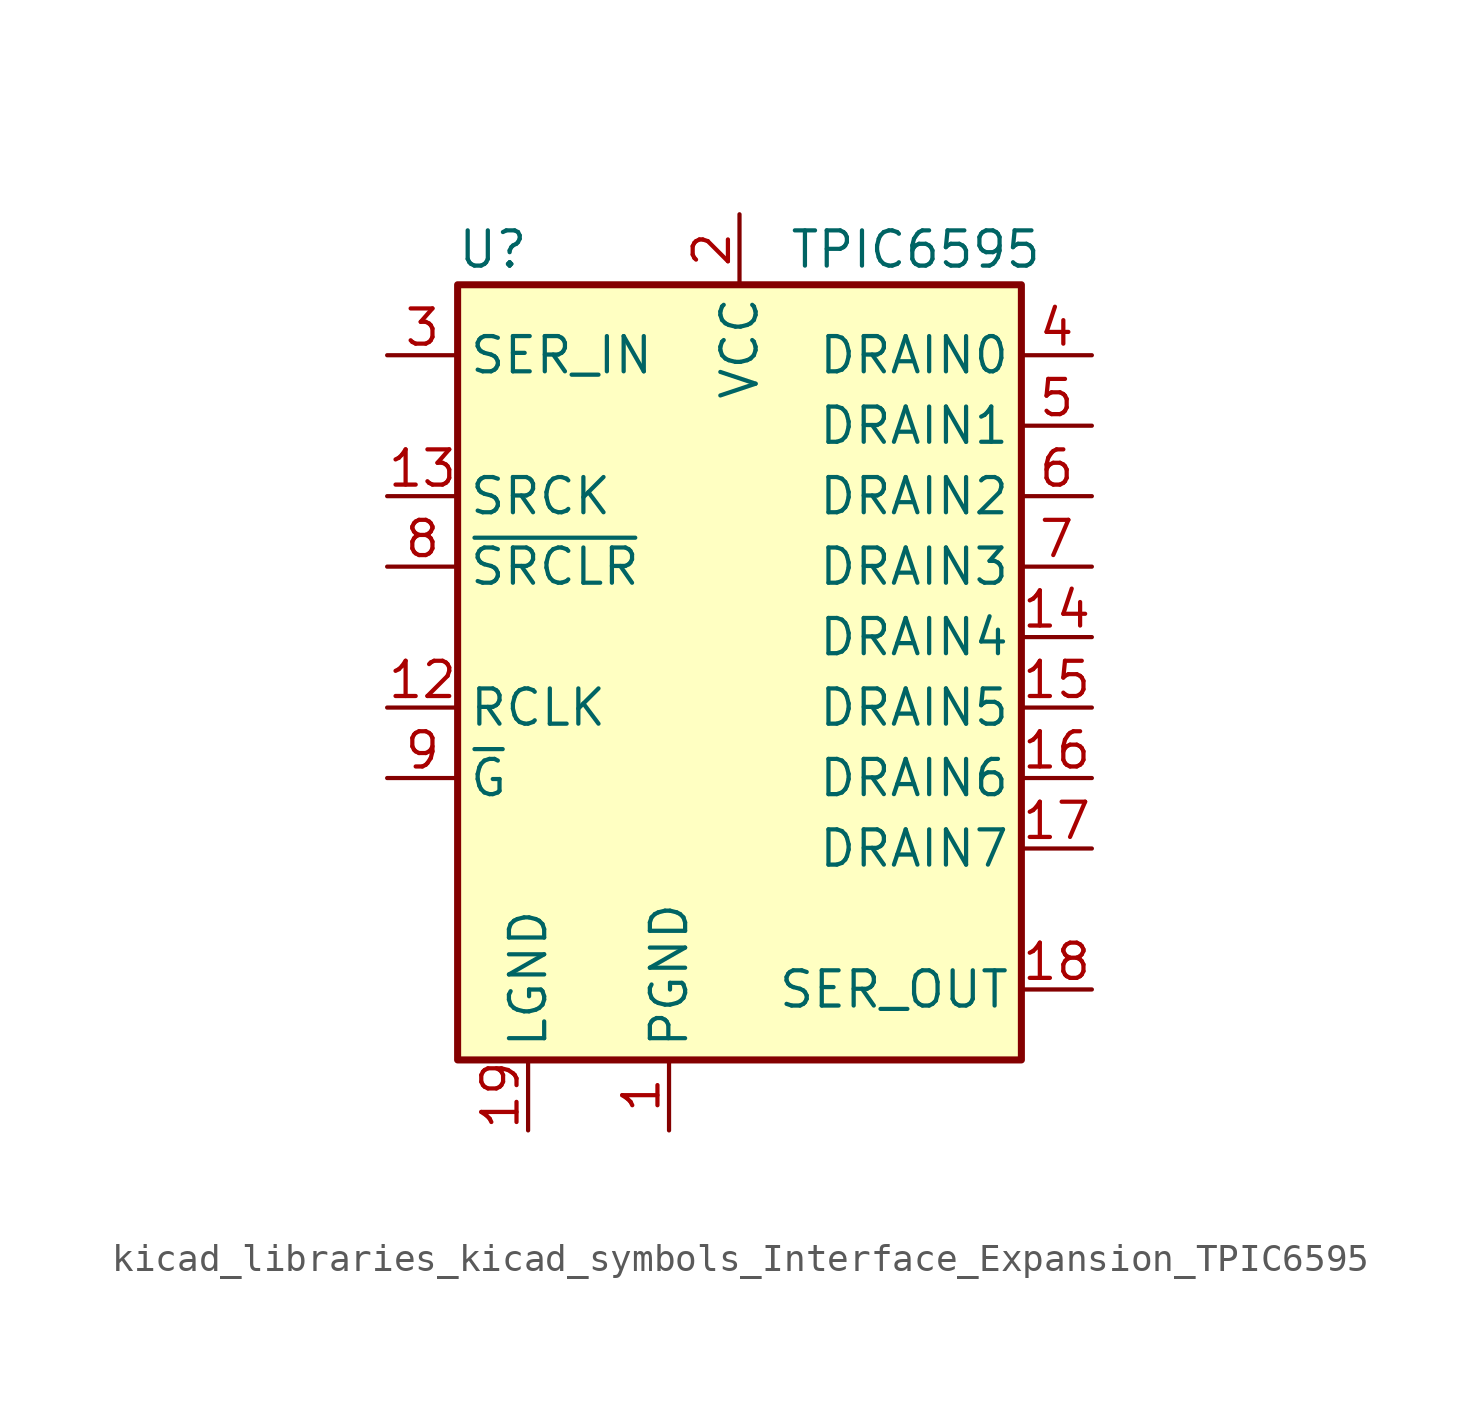
<source format=kicad_sym>
(kicad_symbol_lib
  (version 20220914)
  (generator kicad_symbol_editor)
  (symbol "kicad_libraries_kicad_symbols_Interface_Expansion_TPIC6595"
    (pin_names
      (offset 0.381))
    (property "Reference" "U"
      (at -8.89 13.97 0)
      (effects (font (size 1.27 1.27))))
    (property "Value" "TPIC6595"
      (at 6.35 13.97 0)
      (effects (font (size 1.27 1.27))))
    (symbol "kicad_libraries_kicad_symbols_Interface_Expansion_TPIC6595_0_1"
      (rectangle (start -10.16 12.7) (end 10.16 -15.24) (stroke (width 0.254) (type default)) (fill (type background))))
    (symbol "kicad_libraries_kicad_symbols_Interface_Expansion_TPIC6595_1_1"
      (pin power_in line (at -2.54 -17.78 90) (length 2.54) (name "PGND" (effects (font (size 1.27 1.27)))) (number "1" (effects (font (size 1.27 1.27)))))
      (pin passive line (at -2.54 -17.78 90) (length 2.54) hide (name "PGND" (effects (font (size 1.27 1.27)))) (number "10" (effects (font (size 1.27 1.27)))))
      (pin passive line (at -2.54 -17.78 90) (length 2.54) hide (name "PGND" (effects (font (size 1.27 1.27)))) (number "11" (effects (font (size 1.27 1.27)))))
      (pin input line (at -12.7 -2.54 0) (length 2.54) (name "RCLK" (effects (font (size 1.27 1.27)))) (number "12" (effects (font (size 1.27 1.27)))))
      (pin input line (at -12.7 5.08 0) (length 2.54) (name "SRCK" (effects (font (size 1.27 1.27)))) (number "13" (effects (font (size 1.27 1.27)))))
      (pin open_collector line (at 12.7 0 180) (length 2.54) (name "DRAIN4" (effects (font (size 1.27 1.27)))) (number "14" (effects (font (size 1.27 1.27)))))
      (pin open_collector line (at 12.7 -2.54 180) (length 2.54) (name "DRAIN5" (effects (font (size 1.27 1.27)))) (number "15" (effects (font (size 1.27 1.27)))))
      (pin open_collector line (at 12.7 -5.08 180) (length 2.54) (name "DRAIN6" (effects (font (size 1.27 1.27)))) (number "16" (effects (font (size 1.27 1.27)))))
      (pin open_collector line (at 12.7 -7.62 180) (length 2.54) (name "DRAIN7" (effects (font (size 1.27 1.27)))) (number "17" (effects (font (size 1.27 1.27)))))
      (pin output line (at 12.7 -12.7 180) (length 2.54) (name "SER_OUT" (effects (font (size 1.27 1.27)))) (number "18" (effects (font (size 1.27 1.27)))))
      (pin power_in line (at -7.62 -17.78 90) (length 2.54) (name "LGND" (effects (font (size 1.27 1.27)))) (number "19" (effects (font (size 1.27 1.27)))))
      (pin power_in line (at 0 15.24 270) (length 2.54) (name "VCC" (effects (font (size 1.27 1.27)))) (number "2" (effects (font (size 1.27 1.27)))))
      (pin passive line (at -2.54 -17.78 90) (length 2.54) hide (name "PGND" (effects (font (size 1.27 1.27)))) (number "20" (effects (font (size 1.27 1.27)))))
      (pin input line (at -12.7 10.16 0) (length 2.54) (name "SER_IN" (effects (font (size 1.27 1.27)))) (number "3" (effects (font (size 1.27 1.27)))))
      (pin open_collector line (at 12.7 10.16 180) (length 2.54) (name "DRAIN0" (effects (font (size 1.27 1.27)))) (number "4" (effects (font (size 1.27 1.27)))))
      (pin open_collector line (at 12.7 7.62 180) (length 2.54) (name "DRAIN1" (effects (font (size 1.27 1.27)))) (number "5" (effects (font (size 1.27 1.27)))))
      (pin open_collector line (at 12.7 5.08 180) (length 2.54) (name "DRAIN2" (effects (font (size 1.27 1.27)))) (number "6" (effects (font (size 1.27 1.27)))))
      (pin open_collector line (at 12.7 2.54 180) (length 2.54) (name "DRAIN3" (effects (font (size 1.27 1.27)))) (number "7" (effects (font (size 1.27 1.27)))))
      (pin input line (at -12.7 2.54 0) (length 2.54) (name "~{SRCLR}" (effects (font (size 1.27 1.27)))) (number "8" (effects (font (size 1.27 1.27)))))
      (pin input line (at -12.7 -5.08 0) (length 2.54) (name "~{G}" (effects (font (size 1.27 1.27)))) (number "9" (effects (font (size 1.27 1.27))))))))
</source>
